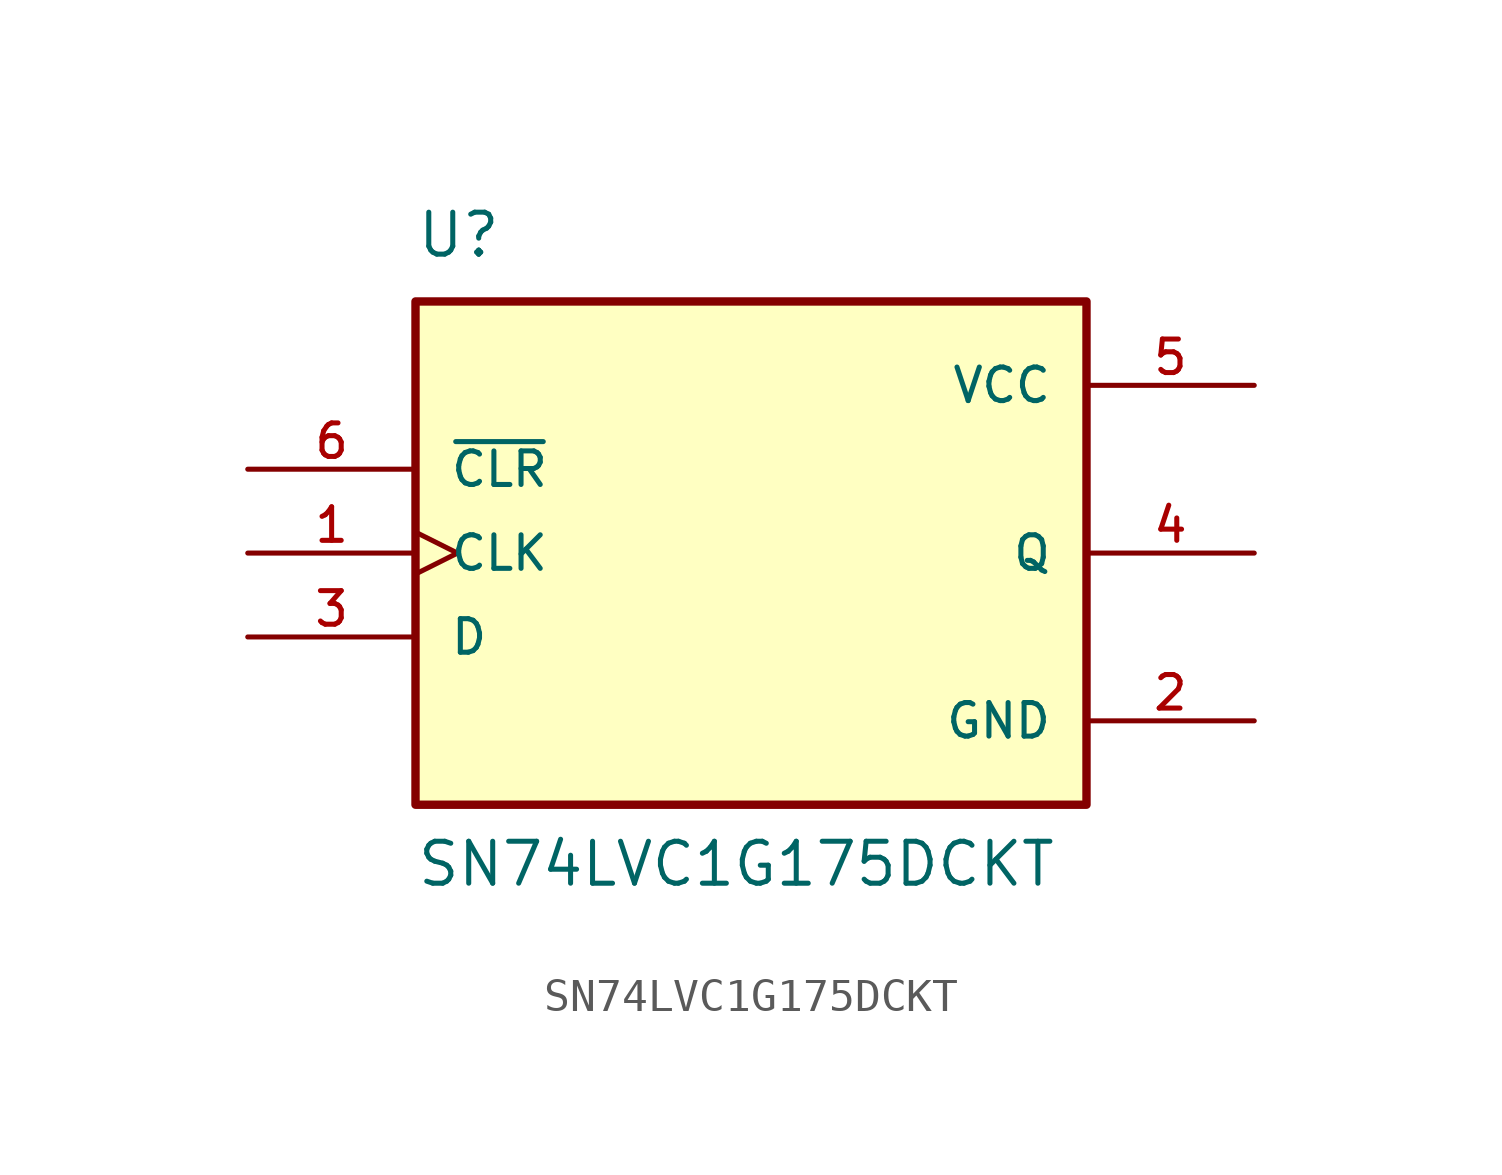
<source format=kicad_sym>
(kicad_symbol_lib
  (version 20211014)
  (generator kicad_symbol_editor)
  (symbol "SN74LVC1G175DCKT"
    (pin_names
      (offset 1.016))
    (property "Reference" "U"
      (at -10.16 8.89 0.0)
      (effects (font (size 1.27 1.27)) (justify bottom left)))
    (property "Value" "SN74LVC1G175DCKT"
      (at -10.16 -10.16 0.0)
      (effects (font (size 1.27 1.27)) (justify bottom left)))
    (symbol "SN74LVC1G175DCKT_0_0"
      (rectangle (start -10.16 -7.62) (end 10.16 7.62) (stroke (width 0.254)) (fill (type background)))
      (pin input line (at -15.24 2.54 0) (length 5.08) (name "~{CLR}" (effects (font (size 1.016 1.016)))) (number "6" (effects (font (size 1.016 1.016)))))
      (pin input clock (at -15.24 0.0 0) (length 5.08) (name "CLK" (effects (font (size 1.016 1.016)))) (number "1" (effects (font (size 1.016 1.016)))))
      (pin input line (at -15.24 -2.54 0) (length 5.08) (name "D" (effects (font (size 1.016 1.016)))) (number "3" (effects (font (size 1.016 1.016)))))
      (pin power_in line (at 15.24 -5.08 180.0) (length 5.08) (name "GND" (effects (font (size 1.016 1.016)))) (number "2" (effects (font (size 1.016 1.016)))))
      (pin power_in line (at 15.24 5.08 180.0) (length 5.08) (name "VCC" (effects (font (size 1.016 1.016)))) (number "5" (effects (font (size 1.016 1.016)))))
      (pin output line (at 15.24 0.0 180.0) (length 5.08) (name "Q" (effects (font (size 1.016 1.016)))) (number "4" (effects (font (size 1.016 1.016))))))))
</source>
